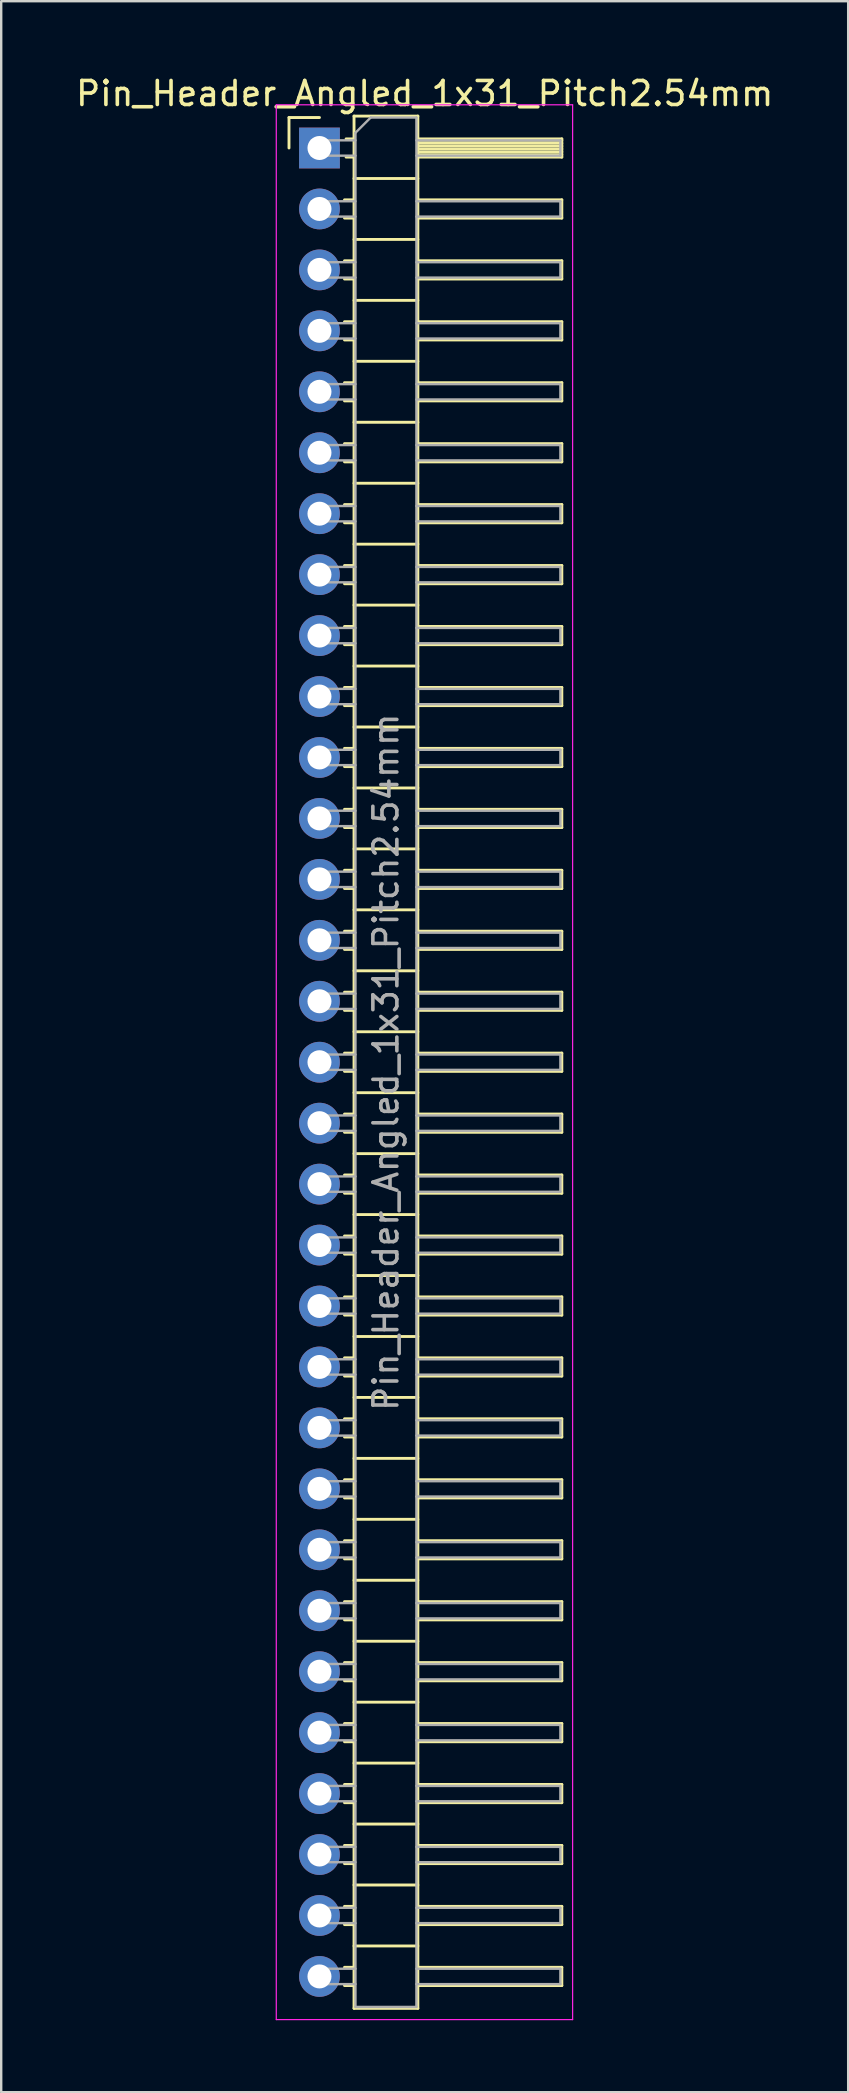
<source format=kicad_pcb>
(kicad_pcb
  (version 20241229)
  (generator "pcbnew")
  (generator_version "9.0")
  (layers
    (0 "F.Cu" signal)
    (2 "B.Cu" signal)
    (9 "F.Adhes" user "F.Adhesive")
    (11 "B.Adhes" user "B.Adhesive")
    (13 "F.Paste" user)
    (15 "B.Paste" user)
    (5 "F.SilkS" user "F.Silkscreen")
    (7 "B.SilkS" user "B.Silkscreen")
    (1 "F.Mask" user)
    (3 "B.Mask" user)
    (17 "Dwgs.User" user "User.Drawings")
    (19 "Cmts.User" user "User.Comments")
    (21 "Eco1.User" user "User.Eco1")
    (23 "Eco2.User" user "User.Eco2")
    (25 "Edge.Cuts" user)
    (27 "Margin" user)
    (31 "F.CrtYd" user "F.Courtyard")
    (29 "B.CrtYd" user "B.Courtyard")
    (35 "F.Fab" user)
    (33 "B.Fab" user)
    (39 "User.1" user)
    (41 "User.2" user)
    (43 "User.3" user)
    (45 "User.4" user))
  (footprint "Pin_Header_Angled_1x31_Pitch2.54mm"
    (layer "F.Cu")
    (at 10.264 3.118)
    (property "Reference" "Pin_Header_Angled_1x31_Pitch2.54mm" (at 4.385 -2.27 0) (layer "F.SilkS") (effects (font (size 1 1) (thickness 0.15))))
    (attr through_hole)
    (fp_line (start -1.27 -1.27) (end 0 -1.27) (stroke (width 0.12) (type solid)) (layer "F.SilkS"))
    (fp_line (start -1.27 0) (end -1.27 -1.27) (stroke (width 0.12) (type solid)) (layer "F.SilkS"))
    (fp_line (start 1.043 2.16) (end 1.44 2.16) (stroke (width 0.12) (type solid)) (layer "F.SilkS"))
    (fp_line (start 1.043 2.92) (end 1.44 2.92) (stroke (width 0.12) (type solid)) (layer "F.SilkS"))
    (fp_line (start 1.043 4.7) (end 1.44 4.7) (stroke (width 0.12) (type solid)) (layer "F.SilkS"))
    (fp_line (start 1.043 5.46) (end 1.44 5.46) (stroke (width 0.12) (type solid)) (layer "F.SilkS"))
    (fp_line (start 1.043 7.24) (end 1.44 7.24) (stroke (width 0.12) (type solid)) (layer "F.SilkS"))
    (fp_line (start 1.043 8) (end 1.44 8) (stroke (width 0.12) (type solid)) (layer "F.SilkS"))
    (fp_line (start 1.043 9.78) (end 1.44 9.78) (stroke (width 0.12) (type solid)) (layer "F.SilkS"))
    (fp_line (start 1.043 10.54) (end 1.44 10.54) (stroke (width 0.12) (type solid)) (layer "F.SilkS"))
    (fp_line (start 1.043 12.32) (end 1.44 12.32) (stroke (width 0.12) (type solid)) (layer "F.SilkS"))
    (fp_line (start 1.043 13.08) (end 1.44 13.08) (stroke (width 0.12) (type solid)) (layer "F.SilkS"))
    (fp_line (start 1.043 14.86) (end 1.44 14.86) (stroke (width 0.12) (type solid)) (layer "F.SilkS"))
    (fp_line (start 1.043 15.62) (end 1.44 15.62) (stroke (width 0.12) (type solid)) (layer "F.SilkS"))
    (fp_line (start 1.043 17.4) (end 1.44 17.4) (stroke (width 0.12) (type solid)) (layer "F.SilkS"))
    (fp_line (start 1.043 18.16) (end 1.44 18.16) (stroke (width 0.12) (type solid)) (layer "F.SilkS"))
    (fp_line (start 1.043 19.94) (end 1.44 19.94) (stroke (width 0.12) (type solid)) (layer "F.SilkS"))
    (fp_line (start 1.043 20.7) (end 1.44 20.7) (stroke (width 0.12) (type solid)) (layer "F.SilkS"))
    (fp_line (start 1.043 22.48) (end 1.44 22.48) (stroke (width 0.12) (type solid)) (layer "F.SilkS"))
    (fp_line (start 1.043 23.24) (end 1.44 23.24) (stroke (width 0.12) (type solid)) (layer "F.SilkS"))
    (fp_line (start 1.043 25.02) (end 1.44 25.02) (stroke (width 0.12) (type solid)) (layer "F.SilkS"))
    (fp_line (start 1.043 25.78) (end 1.44 25.78) (stroke (width 0.12) (type solid)) (layer "F.SilkS"))
    (fp_line (start 1.043 27.56) (end 1.44 27.56) (stroke (width 0.12) (type solid)) (layer "F.SilkS"))
    (fp_line (start 1.043 28.32) (end 1.44 28.32) (stroke (width 0.12) (type solid)) (layer "F.SilkS"))
    (fp_line (start 1.043 30.1) (end 1.44 30.1) (stroke (width 0.12) (type solid)) (layer "F.SilkS"))
    (fp_line (start 1.043 30.86) (end 1.44 30.86) (stroke (width 0.12) (type solid)) (layer "F.SilkS"))
    (fp_line (start 1.043 32.64) (end 1.44 32.64) (stroke (width 0.12) (type solid)) (layer "F.SilkS"))
    (fp_line (start 1.043 33.4) (end 1.44 33.4) (stroke (width 0.12) (type solid)) (layer "F.SilkS"))
    (fp_line (start 1.043 35.18) (end 1.44 35.18) (stroke (width 0.12) (type solid)) (layer "F.SilkS"))
    (fp_line (start 1.043 35.94) (end 1.44 35.94) (stroke (width 0.12) (type solid)) (layer "F.SilkS"))
    (fp_line (start 1.043 37.72) (end 1.44 37.72) (stroke (width 0.12) (type solid)) (layer "F.SilkS"))
    (fp_line (start 1.043 38.48) (end 1.44 38.48) (stroke (width 0.12) (type solid)) (layer "F.SilkS"))
    (fp_line (start 1.043 40.26) (end 1.44 40.26) (stroke (width 0.12) (type solid)) (layer "F.SilkS"))
    (fp_line (start 1.043 41.02) (end 1.44 41.02) (stroke (width 0.12) (type solid)) (layer "F.SilkS"))
    (fp_line (start 1.043 42.8) (end 1.44 42.8) (stroke (width 0.12) (type solid)) (layer "F.SilkS"))
    (fp_line (start 1.043 43.56) (end 1.44 43.56) (stroke (width 0.12) (type solid)) (layer "F.SilkS"))
    (fp_line (start 1.043 45.34) (end 1.44 45.34) (stroke (width 0.12) (type solid)) (layer "F.SilkS"))
    (fp_line (start 1.043 46.1) (end 1.44 46.1) (stroke (width 0.12) (type solid)) (layer "F.SilkS"))
    (fp_line (start 1.043 47.88) (end 1.44 47.88) (stroke (width 0.12) (type solid)) (layer "F.SilkS"))
    (fp_line (start 1.043 48.64) (end 1.44 48.64) (stroke (width 0.12) (type solid)) (layer "F.SilkS"))
    (fp_line (start 1.043 50.42) (end 1.44 50.42) (stroke (width 0.12) (type solid)) (layer "F.SilkS"))
    (fp_line (start 1.043 51.18) (end 1.44 51.18) (stroke (width 0.12) (type solid)) (layer "F.SilkS"))
    (fp_line (start 1.043 52.96) (end 1.44 52.96) (stroke (width 0.12) (type solid)) (layer "F.SilkS"))
    (fp_line (start 1.043 53.72) (end 1.44 53.72) (stroke (width 0.12) (type solid)) (layer "F.SilkS"))
    (fp_line (start 1.043 55.5) (end 1.44 55.5) (stroke (width 0.12) (type solid)) (layer "F.SilkS"))
    (fp_line (start 1.043 56.26) (end 1.44 56.26) (stroke (width 0.12) (type solid)) (layer "F.SilkS"))
    (fp_line (start 1.043 58.04) (end 1.44 58.04) (stroke (width 0.12) (type solid)) (layer "F.SilkS"))
    (fp_line (start 1.043 58.8) (end 1.44 58.8) (stroke (width 0.12) (type solid)) (layer "F.SilkS"))
    (fp_line (start 1.043 60.58) (end 1.44 60.58) (stroke (width 0.12) (type solid)) (layer "F.SilkS"))
    (fp_line (start 1.043 61.34) (end 1.44 61.34) (stroke (width 0.12) (type solid)) (layer "F.SilkS"))
    (fp_line (start 1.043 63.12) (end 1.44 63.12) (stroke (width 0.12) (type solid)) (layer "F.SilkS"))
    (fp_line (start 1.043 63.88) (end 1.44 63.88) (stroke (width 0.12) (type solid)) (layer "F.SilkS"))
    (fp_line (start 1.043 65.66) (end 1.44 65.66) (stroke (width 0.12) (type solid)) (layer "F.SilkS"))
    (fp_line (start 1.043 66.42) (end 1.44 66.42) (stroke (width 0.12) (type solid)) (layer "F.SilkS"))
    (fp_line (start 1.043 68.2) (end 1.44 68.2) (stroke (width 0.12) (type solid)) (layer "F.SilkS"))
    (fp_line (start 1.043 68.96) (end 1.44 68.96) (stroke (width 0.12) (type solid)) (layer "F.SilkS"))
    (fp_line (start 1.043 70.74) (end 1.44 70.74) (stroke (width 0.12) (type solid)) (layer "F.SilkS"))
    (fp_line (start 1.043 71.5) (end 1.44 71.5) (stroke (width 0.12) (type solid)) (layer "F.SilkS"))
    (fp_line (start 1.043 73.28) (end 1.44 73.28) (stroke (width 0.12) (type solid)) (layer "F.SilkS"))
    (fp_line (start 1.043 74.04) (end 1.44 74.04) (stroke (width 0.12) (type solid)) (layer "F.SilkS"))
    (fp_line (start 1.043 75.82) (end 1.44 75.82) (stroke (width 0.12) (type solid)) (layer "F.SilkS"))
    (fp_line (start 1.043 76.58) (end 1.44 76.58) (stroke (width 0.12) (type solid)) (layer "F.SilkS"))
    (fp_line (start 1.11 -0.38) (end 1.44 -0.38) (stroke (width 0.12) (type solid)) (layer "F.SilkS"))
    (fp_line (start 1.11 0.38) (end 1.44 0.38) (stroke (width 0.12) (type solid)) (layer "F.SilkS"))
    (fp_line (start 1.44 -1.33) (end 1.44 77.53) (stroke (width 0.12) (type solid)) (layer "F.SilkS"))
    (fp_line (start 1.44 1.27) (end 4.1 1.27) (stroke (width 0.12) (type solid)) (layer "F.SilkS"))
    (fp_line (start 1.44 3.81) (end 4.1 3.81) (stroke (width 0.12) (type solid)) (layer "F.SilkS"))
    (fp_line (start 1.44 6.35) (end 4.1 6.35) (stroke (width 0.12) (type solid)) (layer "F.SilkS"))
    (fp_line (start 1.44 8.89) (end 4.1 8.89) (stroke (width 0.12) (type solid)) (layer "F.SilkS"))
    (fp_line (start 1.44 11.43) (end 4.1 11.43) (stroke (width 0.12) (type solid)) (layer "F.SilkS"))
    (fp_line (start 1.44 13.97) (end 4.1 13.97) (stroke (width 0.12) (type solid)) (layer "F.SilkS"))
    (fp_line (start 1.44 16.51) (end 4.1 16.51) (stroke (width 0.12) (type solid)) (layer "F.SilkS"))
    (fp_line (start 1.44 19.05) (end 4.1 19.05) (stroke (width 0.12) (type solid)) (layer "F.SilkS"))
    (fp_line (start 1.44 21.59) (end 4.1 21.59) (stroke (width 0.12) (type solid)) (layer "F.SilkS"))
    (fp_line (start 1.44 24.13) (end 4.1 24.13) (stroke (width 0.12) (type solid)) (layer "F.SilkS"))
    (fp_line (start 1.44 26.67) (end 4.1 26.67) (stroke (width 0.12) (type solid)) (layer "F.SilkS"))
    (fp_line (start 1.44 29.21) (end 4.1 29.21) (stroke (width 0.12) (type solid)) (layer "F.SilkS"))
    (fp_line (start 1.44 31.75) (end 4.1 31.75) (stroke (width 0.12) (type solid)) (layer "F.SilkS"))
    (fp_line (start 1.44 34.29) (end 4.1 34.29) (stroke (width 0.12) (type solid)) (layer "F.SilkS"))
    (fp_line (start 1.44 36.83) (end 4.1 36.83) (stroke (width 0.12) (type solid)) (layer "F.SilkS"))
    (fp_line (start 1.44 39.37) (end 4.1 39.37) (stroke (width 0.12) (type solid)) (layer "F.SilkS"))
    (fp_line (start 1.44 41.91) (end 4.1 41.91) (stroke (width 0.12) (type solid)) (layer "F.SilkS"))
    (fp_line (start 1.44 44.45) (end 4.1 44.45) (stroke (width 0.12) (type solid)) (layer "F.SilkS"))
    (fp_line (start 1.44 46.99) (end 4.1 46.99) (stroke (width 0.12) (type solid)) (layer "F.SilkS"))
    (fp_line (start 1.44 49.53) (end 4.1 49.53) (stroke (width 0.12) (type solid)) (layer "F.SilkS"))
    (fp_line (start 1.44 52.07) (end 4.1 52.07) (stroke (width 0.12) (type solid)) (layer "F.SilkS"))
    (fp_line (start 1.44 54.61) (end 4.1 54.61) (stroke (width 0.12) (type solid)) (layer "F.SilkS"))
    (fp_line (start 1.44 57.15) (end 4.1 57.15) (stroke (width 0.12) (type solid)) (layer "F.SilkS"))
    (fp_line (start 1.44 59.69) (end 4.1 59.69) (stroke (width 0.12) (type solid)) (layer "F.SilkS"))
    (fp_line (start 1.44 62.23) (end 4.1 62.23) (stroke (width 0.12) (type solid)) (layer "F.SilkS"))
    (fp_line (start 1.44 64.77) (end 4.1 64.77) (stroke (width 0.12) (type solid)) (layer "F.SilkS"))
    (fp_line (start 1.44 67.31) (end 4.1 67.31) (stroke (width 0.12) (type solid)) (layer "F.SilkS"))
    (fp_line (start 1.44 69.85) (end 4.1 69.85) (stroke (width 0.12) (type solid)) (layer "F.SilkS"))
    (fp_line (start 1.44 72.39) (end 4.1 72.39) (stroke (width 0.12) (type solid)) (layer "F.SilkS"))
    (fp_line (start 1.44 74.93) (end 4.1 74.93) (stroke (width 0.12) (type solid)) (layer "F.SilkS"))
    (fp_line (start 1.44 77.53) (end 4.1 77.53) (stroke (width 0.12) (type solid)) (layer "F.SilkS"))
    (fp_line (start 4.1 -1.33) (end 1.44 -1.33) (stroke (width 0.12) (type solid)) (layer "F.SilkS"))
    (fp_line (start 4.1 -0.38) (end 10.1 -0.38) (stroke (width 0.12) (type solid)) (layer "F.SilkS"))
    (fp_line (start 4.1 -0.32) (end 10.1 -0.32) (stroke (width 0.12) (type solid)) (layer "F.SilkS"))
    (fp_line (start 4.1 -0.2) (end 10.1 -0.2) (stroke (width 0.12) (type solid)) (layer "F.SilkS"))
    (fp_line (start 4.1 -0.08) (end 10.1 -0.08) (stroke (width 0.12) (type solid)) (layer "F.SilkS"))
    (fp_line (start 4.1 0.04) (end 10.1 0.04) (stroke (width 0.12) (type solid)) (layer "F.SilkS"))
    (fp_line (start 4.1 0.16) (end 10.1 0.16) (stroke (width 0.12) (type solid)) (layer "F.SilkS"))
    (fp_line (start 4.1 0.28) (end 10.1 0.28) (stroke (width 0.12) (type solid)) (layer "F.SilkS"))
    (fp_line (start 4.1 2.16) (end 10.1 2.16) (stroke (width 0.12) (type solid)) (layer "F.SilkS"))
    (fp_line (start 4.1 4.7) (end 10.1 4.7) (stroke (width 0.12) (type solid)) (layer "F.SilkS"))
    (fp_line (start 4.1 7.24) (end 10.1 7.24) (stroke (width 0.12) (type solid)) (layer "F.SilkS"))
    (fp_line (start 4.1 9.78) (end 10.1 9.78) (stroke (width 0.12) (type solid)) (layer "F.SilkS"))
    (fp_line (start 4.1 12.32) (end 10.1 12.32) (stroke (width 0.12) (type solid)) (layer "F.SilkS"))
    (fp_line (start 4.1 14.86) (end 10.1 14.86) (stroke (width 0.12) (type solid)) (layer "F.SilkS"))
    (fp_line (start 4.1 17.4) (end 10.1 17.4) (stroke (width 0.12) (type solid)) (layer "F.SilkS"))
    (fp_line (start 4.1 19.94) (end 10.1 19.94) (stroke (width 0.12) (type solid)) (layer "F.SilkS"))
    (fp_line (start 4.1 22.48) (end 10.1 22.48) (stroke (width 0.12) (type solid)) (layer "F.SilkS"))
    (fp_line (start 4.1 25.02) (end 10.1 25.02) (stroke (width 0.12) (type solid)) (layer "F.SilkS"))
    (fp_line (start 4.1 27.56) (end 10.1 27.56) (stroke (width 0.12) (type solid)) (layer "F.SilkS"))
    (fp_line (start 4.1 30.1) (end 10.1 30.1) (stroke (width 0.12) (type solid)) (layer "F.SilkS"))
    (fp_line (start 4.1 32.64) (end 10.1 32.64) (stroke (width 0.12) (type solid)) (layer "F.SilkS"))
    (fp_line (start 4.1 35.18) (end 10.1 35.18) (stroke (width 0.12) (type solid)) (layer "F.SilkS"))
    (fp_line (start 4.1 37.72) (end 10.1 37.72) (stroke (width 0.12) (type solid)) (layer "F.SilkS"))
    (fp_line (start 4.1 40.26) (end 10.1 40.26) (stroke (width 0.12) (type solid)) (layer "F.SilkS"))
    (fp_line (start 4.1 42.8) (end 10.1 42.8) (stroke (width 0.12) (type solid)) (layer "F.SilkS"))
    (fp_line (start 4.1 45.34) (end 10.1 45.34) (stroke (width 0.12) (type solid)) (layer "F.SilkS"))
    (fp_line (start 4.1 47.88) (end 10.1 47.88) (stroke (width 0.12) (type solid)) (layer "F.SilkS"))
    (fp_line (start 4.1 50.42) (end 10.1 50.42) (stroke (width 0.12) (type solid)) (layer "F.SilkS"))
    (fp_line (start 4.1 52.96) (end 10.1 52.96) (stroke (width 0.12) (type solid)) (layer "F.SilkS"))
    (fp_line (start 4.1 55.5) (end 10.1 55.5) (stroke (width 0.12) (type solid)) (layer "F.SilkS"))
    (fp_line (start 4.1 58.04) (end 10.1 58.04) (stroke (width 0.12) (type solid)) (layer "F.SilkS"))
    (fp_line (start 4.1 60.58) (end 10.1 60.58) (stroke (width 0.12) (type solid)) (layer "F.SilkS"))
    (fp_line (start 4.1 63.12) (end 10.1 63.12) (stroke (width 0.12) (type solid)) (layer "F.SilkS"))
    (fp_line (start 4.1 65.66) (end 10.1 65.66) (stroke (width 0.12) (type solid)) (layer "F.SilkS"))
    (fp_line (start 4.1 68.2) (end 10.1 68.2) (stroke (width 0.12) (type solid)) (layer "F.SilkS"))
    (fp_line (start 4.1 70.74) (end 10.1 70.74) (stroke (width 0.12) (type solid)) (layer "F.SilkS"))
    (fp_line (start 4.1 73.28) (end 10.1 73.28) (stroke (width 0.12) (type solid)) (layer "F.SilkS"))
    (fp_line (start 4.1 75.82) (end 10.1 75.82) (stroke (width 0.12) (type solid)) (layer "F.SilkS"))
    (fp_line (start 4.1 77.53) (end 4.1 -1.33) (stroke (width 0.12) (type solid)) (layer "F.SilkS"))
    (fp_line (start 10.1 -0.38) (end 10.1 0.38) (stroke (width 0.12) (type solid)) (layer "F.SilkS"))
    (fp_line (start 10.1 0.38) (end 4.1 0.38) (stroke (width 0.12) (type solid)) (layer "F.SilkS"))
    (fp_line (start 10.1 2.16) (end 10.1 2.92) (stroke (width 0.12) (type solid)) (layer "F.SilkS"))
    (fp_line (start 10.1 2.92) (end 4.1 2.92) (stroke (width 0.12) (type solid)) (layer "F.SilkS"))
    (fp_line (start 10.1 4.7) (end 10.1 5.46) (stroke (width 0.12) (type solid)) (layer "F.SilkS"))
    (fp_line (start 10.1 5.46) (end 4.1 5.46) (stroke (width 0.12) (type solid)) (layer "F.SilkS"))
    (fp_line (start 10.1 7.24) (end 10.1 8) (stroke (width 0.12) (type solid)) (layer "F.SilkS"))
    (fp_line (start 10.1 8) (end 4.1 8) (stroke (width 0.12) (type solid)) (layer "F.SilkS"))
    (fp_line (start 10.1 9.78) (end 10.1 10.54) (stroke (width 0.12) (type solid)) (layer "F.SilkS"))
    (fp_line (start 10.1 10.54) (end 4.1 10.54) (stroke (width 0.12) (type solid)) (layer "F.SilkS"))
    (fp_line (start 10.1 12.32) (end 10.1 13.08) (stroke (width 0.12) (type solid)) (layer "F.SilkS"))
    (fp_line (start 10.1 13.08) (end 4.1 13.08) (stroke (width 0.12) (type solid)) (layer "F.SilkS"))
    (fp_line (start 10.1 14.86) (end 10.1 15.62) (stroke (width 0.12) (type solid)) (layer "F.SilkS"))
    (fp_line (start 10.1 15.62) (end 4.1 15.62) (stroke (width 0.12) (type solid)) (layer "F.SilkS"))
    (fp_line (start 10.1 17.4) (end 10.1 18.16) (stroke (width 0.12) (type solid)) (layer "F.SilkS"))
    (fp_line (start 10.1 18.16) (end 4.1 18.16) (stroke (width 0.12) (type solid)) (layer "F.SilkS"))
    (fp_line (start 10.1 19.94) (end 10.1 20.7) (stroke (width 0.12) (type solid)) (layer "F.SilkS"))
    (fp_line (start 10.1 20.7) (end 4.1 20.7) (stroke (width 0.12) (type solid)) (layer "F.SilkS"))
    (fp_line (start 10.1 22.48) (end 10.1 23.24) (stroke (width 0.12) (type solid)) (layer "F.SilkS"))
    (fp_line (start 10.1 23.24) (end 4.1 23.24) (stroke (width 0.12) (type solid)) (layer "F.SilkS"))
    (fp_line (start 10.1 25.02) (end 10.1 25.78) (stroke (width 0.12) (type solid)) (layer "F.SilkS"))
    (fp_line (start 10.1 25.78) (end 4.1 25.78) (stroke (width 0.12) (type solid)) (layer "F.SilkS"))
    (fp_line (start 10.1 27.56) (end 10.1 28.32) (stroke (width 0.12) (type solid)) (layer "F.SilkS"))
    (fp_line (start 10.1 28.32) (end 4.1 28.32) (stroke (width 0.12) (type solid)) (layer "F.SilkS"))
    (fp_line (start 10.1 30.1) (end 10.1 30.86) (stroke (width 0.12) (type solid)) (layer "F.SilkS"))
    (fp_line (start 10.1 30.86) (end 4.1 30.86) (stroke (width 0.12) (type solid)) (layer "F.SilkS"))
    (fp_line (start 10.1 32.64) (end 10.1 33.4) (stroke (width 0.12) (type solid)) (layer "F.SilkS"))
    (fp_line (start 10.1 33.4) (end 4.1 33.4) (stroke (width 0.12) (type solid)) (layer "F.SilkS"))
    (fp_line (start 10.1 35.18) (end 10.1 35.94) (stroke (width 0.12) (type solid)) (layer "F.SilkS"))
    (fp_line (start 10.1 35.94) (end 4.1 35.94) (stroke (width 0.12) (type solid)) (layer "F.SilkS"))
    (fp_line (start 10.1 37.72) (end 10.1 38.48) (stroke (width 0.12) (type solid)) (layer "F.SilkS"))
    (fp_line (start 10.1 38.48) (end 4.1 38.48) (stroke (width 0.12) (type solid)) (layer "F.SilkS"))
    (fp_line (start 10.1 40.26) (end 10.1 41.02) (stroke (width 0.12) (type solid)) (layer "F.SilkS"))
    (fp_line (start 10.1 41.02) (end 4.1 41.02) (stroke (width 0.12) (type solid)) (layer "F.SilkS"))
    (fp_line (start 10.1 42.8) (end 10.1 43.56) (stroke (width 0.12) (type solid)) (layer "F.SilkS"))
    (fp_line (start 10.1 43.56) (end 4.1 43.56) (stroke (width 0.12) (type solid)) (layer "F.SilkS"))
    (fp_line (start 10.1 45.34) (end 10.1 46.1) (stroke (width 0.12) (type solid)) (layer "F.SilkS"))
    (fp_line (start 10.1 46.1) (end 4.1 46.1) (stroke (width 0.12) (type solid)) (layer "F.SilkS"))
    (fp_line (start 10.1 47.88) (end 10.1 48.64) (stroke (width 0.12) (type solid)) (layer "F.SilkS"))
    (fp_line (start 10.1 48.64) (end 4.1 48.64) (stroke (width 0.12) (type solid)) (layer "F.SilkS"))
    (fp_line (start 10.1 50.42) (end 10.1 51.18) (stroke (width 0.12) (type solid)) (layer "F.SilkS"))
    (fp_line (start 10.1 51.18) (end 4.1 51.18) (stroke (width 0.12) (type solid)) (layer "F.SilkS"))
    (fp_line (start 10.1 52.96) (end 10.1 53.72) (stroke (width 0.12) (type solid)) (layer "F.SilkS"))
    (fp_line (start 10.1 53.72) (end 4.1 53.72) (stroke (width 0.12) (type solid)) (layer "F.SilkS"))
    (fp_line (start 10.1 55.5) (end 10.1 56.26) (stroke (width 0.12) (type solid)) (layer "F.SilkS"))
    (fp_line (start 10.1 56.26) (end 4.1 56.26) (stroke (width 0.12) (type solid)) (layer "F.SilkS"))
    (fp_line (start 10.1 58.04) (end 10.1 58.8) (stroke (width 0.12) (type solid)) (layer "F.SilkS"))
    (fp_line (start 10.1 58.8) (end 4.1 58.8) (stroke (width 0.12) (type solid)) (layer "F.SilkS"))
    (fp_line (start 10.1 60.58) (end 10.1 61.34) (stroke (width 0.12) (type solid)) (layer "F.SilkS"))
    (fp_line (start 10.1 61.34) (end 4.1 61.34) (stroke (width 0.12) (type solid)) (layer "F.SilkS"))
    (fp_line (start 10.1 63.12) (end 10.1 63.88) (stroke (width 0.12) (type solid)) (layer "F.SilkS"))
    (fp_line (start 10.1 63.88) (end 4.1 63.88) (stroke (width 0.12) (type solid)) (layer "F.SilkS"))
    (fp_line (start 10.1 65.66) (end 10.1 66.42) (stroke (width 0.12) (type solid)) (layer "F.SilkS"))
    (fp_line (start 10.1 66.42) (end 4.1 66.42) (stroke (width 0.12) (type solid)) (layer "F.SilkS"))
    (fp_line (start 10.1 68.2) (end 10.1 68.96) (stroke (width 0.12) (type solid)) (layer "F.SilkS"))
    (fp_line (start 10.1 68.96) (end 4.1 68.96) (stroke (width 0.12) (type solid)) (layer "F.SilkS"))
    (fp_line (start 10.1 70.74) (end 10.1 71.5) (stroke (width 0.12) (type solid)) (layer "F.SilkS"))
    (fp_line (start 10.1 71.5) (end 4.1 71.5) (stroke (width 0.12) (type solid)) (layer "F.SilkS"))
    (fp_line (start 10.1 73.28) (end 10.1 74.04) (stroke (width 0.12) (type solid)) (layer "F.SilkS"))
    (fp_line (start 10.1 74.04) (end 4.1 74.04) (stroke (width 0.12) (type solid)) (layer "F.SilkS"))
    (fp_line (start 10.1 75.82) (end 10.1 76.58) (stroke (width 0.12) (type solid)) (layer "F.SilkS"))
    (fp_line (start 10.1 76.58) (end 4.1 76.58) (stroke (width 0.12) (type solid)) (layer "F.SilkS"))
    (fp_line (start -1.8 -1.8) (end -1.8 78) (stroke (width 0.05) (type solid)) (layer "F.CrtYd"))
    (fp_line (start -1.8 78) (end 10.55 78) (stroke (width 0.05) (type solid)) (layer "F.CrtYd"))
    (fp_line (start 10.55 -1.8) (end -1.8 -1.8) (stroke (width 0.05) (type solid)) (layer "F.CrtYd"))
    (fp_line (start 10.55 78) (end 10.55 -1.8) (stroke (width 0.05) (type solid)) (layer "F.CrtYd"))
    (fp_line (start -0.32 -0.32) (end -0.32 0.32) (stroke (width 0.1) (type solid)) (layer "F.Fab"))
    (fp_line (start -0.32 -0.32) (end 1.5 -0.32) (stroke (width 0.1) (type solid)) (layer "F.Fab"))
    (fp_line (start -0.32 0.32) (end 1.5 0.32) (stroke (width 0.1) (type solid)) (layer "F.Fab"))
    (fp_line (start -0.32 2.22) (end -0.32 2.86) (stroke (width 0.1) (type solid)) (layer "F.Fab"))
    (fp_line (start -0.32 2.22) (end 1.5 2.22) (stroke (width 0.1) (type solid)) (layer "F.Fab"))
    (fp_line (start -0.32 2.86) (end 1.5 2.86) (stroke (width 0.1) (type solid)) (layer "F.Fab"))
    (fp_line (start -0.32 4.76) (end -0.32 5.4) (stroke (width 0.1) (type solid)) (layer "F.Fab"))
    (fp_line (start -0.32 4.76) (end 1.5 4.76) (stroke (width 0.1) (type solid)) (layer "F.Fab"))
    (fp_line (start -0.32 5.4) (end 1.5 5.4) (stroke (width 0.1) (type solid)) (layer "F.Fab"))
    (fp_line (start -0.32 7.3) (end -0.32 7.94) (stroke (width 0.1) (type solid)) (layer "F.Fab"))
    (fp_line (start -0.32 7.3) (end 1.5 7.3) (stroke (width 0.1) (type solid)) (layer "F.Fab"))
    (fp_line (start -0.32 7.94) (end 1.5 7.94) (stroke (width 0.1) (type solid)) (layer "F.Fab"))
    (fp_line (start -0.32 9.84) (end -0.32 10.48) (stroke (width 0.1) (type solid)) (layer "F.Fab"))
    (fp_line (start -0.32 9.84) (end 1.5 9.84) (stroke (width 0.1) (type solid)) (layer "F.Fab"))
    (fp_line (start -0.32 10.48) (end 1.5 10.48) (stroke (width 0.1) (type solid)) (layer "F.Fab"))
    (fp_line (start -0.32 12.38) (end -0.32 13.02) (stroke (width 0.1) (type solid)) (layer "F.Fab"))
    (fp_line (start -0.32 12.38) (end 1.5 12.38) (stroke (width 0.1) (type solid)) (layer "F.Fab"))
    (fp_line (start -0.32 13.02) (end 1.5 13.02) (stroke (width 0.1) (type solid)) (layer "F.Fab"))
    (fp_line (start -0.32 14.92) (end -0.32 15.56) (stroke (width 0.1) (type solid)) (layer "F.Fab"))
    (fp_line (start -0.32 14.92) (end 1.5 14.92) (stroke (width 0.1) (type solid)) (layer "F.Fab"))
    (fp_line (start -0.32 15.56) (end 1.5 15.56) (stroke (width 0.1) (type solid)) (layer "F.Fab"))
    (fp_line (start -0.32 17.46) (end -0.32 18.1) (stroke (width 0.1) (type solid)) (layer "F.Fab"))
    (fp_line (start -0.32 17.46) (end 1.5 17.46) (stroke (width 0.1) (type solid)) (layer "F.Fab"))
    (fp_line (start -0.32 18.1) (end 1.5 18.1) (stroke (width 0.1) (type solid)) (layer "F.Fab"))
    (fp_line (start -0.32 20) (end -0.32 20.64) (stroke (width 0.1) (type solid)) (layer "F.Fab"))
    (fp_line (start -0.32 20) (end 1.5 20) (stroke (width 0.1) (type solid)) (layer "F.Fab"))
    (fp_line (start -0.32 20.64) (end 1.5 20.64) (stroke (width 0.1) (type solid)) (layer "F.Fab"))
    (fp_line (start -0.32 22.54) (end -0.32 23.18) (stroke (width 0.1) (type solid)) (layer "F.Fab"))
    (fp_line (start -0.32 22.54) (end 1.5 22.54) (stroke (width 0.1) (type solid)) (layer "F.Fab"))
    (fp_line (start -0.32 23.18) (end 1.5 23.18) (stroke (width 0.1) (type solid)) (layer "F.Fab"))
    (fp_line (start -0.32 25.08) (end -0.32 25.72) (stroke (width 0.1) (type solid)) (layer "F.Fab"))
    (fp_line (start -0.32 25.08) (end 1.5 25.08) (stroke (width 0.1) (type solid)) (layer "F.Fab"))
    (fp_line (start -0.32 25.72) (end 1.5 25.72) (stroke (width 0.1) (type solid)) (layer "F.Fab"))
    (fp_line (start -0.32 27.62) (end -0.32 28.26) (stroke (width 0.1) (type solid)) (layer "F.Fab"))
    (fp_line (start -0.32 27.62) (end 1.5 27.62) (stroke (width 0.1) (type solid)) (layer "F.Fab"))
    (fp_line (start -0.32 28.26) (end 1.5 28.26) (stroke (width 0.1) (type solid)) (layer "F.Fab"))
    (fp_line (start -0.32 30.16) (end -0.32 30.8) (stroke (width 0.1) (type solid)) (layer "F.Fab"))
    (fp_line (start -0.32 30.16) (end 1.5 30.16) (stroke (width 0.1) (type solid)) (layer "F.Fab"))
    (fp_line (start -0.32 30.8) (end 1.5 30.8) (stroke (width 0.1) (type solid)) (layer "F.Fab"))
    (fp_line (start -0.32 32.7) (end -0.32 33.34) (stroke (width 0.1) (type solid)) (layer "F.Fab"))
    (fp_line (start -0.32 32.7) (end 1.5 32.7) (stroke (width 0.1) (type solid)) (layer "F.Fab"))
    (fp_line (start -0.32 33.34) (end 1.5 33.34) (stroke (width 0.1) (type solid)) (layer "F.Fab"))
    (fp_line (start -0.32 35.24) (end -0.32 35.88) (stroke (width 0.1) (type solid)) (layer "F.Fab"))
    (fp_line (start -0.32 35.24) (end 1.5 35.24) (stroke (width 0.1) (type solid)) (layer "F.Fab"))
    (fp_line (start -0.32 35.88) (end 1.5 35.88) (stroke (width 0.1) (type solid)) (layer "F.Fab"))
    (fp_line (start -0.32 37.78) (end -0.32 38.42) (stroke (width 0.1) (type solid)) (layer "F.Fab"))
    (fp_line (start -0.32 37.78) (end 1.5 37.78) (stroke (width 0.1) (type solid)) (layer "F.Fab"))
    (fp_line (start -0.32 38.42) (end 1.5 38.42) (stroke (width 0.1) (type solid)) (layer "F.Fab"))
    (fp_line (start -0.32 40.32) (end -0.32 40.96) (stroke (width 0.1) (type solid)) (layer "F.Fab"))
    (fp_line (start -0.32 40.32) (end 1.5 40.32) (stroke (width 0.1) (type solid)) (layer "F.Fab"))
    (fp_line (start -0.32 40.96) (end 1.5 40.96) (stroke (width 0.1) (type solid)) (layer "F.Fab"))
    (fp_line (start -0.32 42.86) (end -0.32 43.5) (stroke (width 0.1) (type solid)) (layer "F.Fab"))
    (fp_line (start -0.32 42.86) (end 1.5 42.86) (stroke (width 0.1) (type solid)) (layer "F.Fab"))
    (fp_line (start -0.32 43.5) (end 1.5 43.5) (stroke (width 0.1) (type solid)) (layer "F.Fab"))
    (fp_line (start -0.32 45.4) (end -0.32 46.04) (stroke (width 0.1) (type solid)) (layer "F.Fab"))
    (fp_line (start -0.32 45.4) (end 1.5 45.4) (stroke (width 0.1) (type solid)) (layer "F.Fab"))
    (fp_line (start -0.32 46.04) (end 1.5 46.04) (stroke (width 0.1) (type solid)) (layer "F.Fab"))
    (fp_line (start -0.32 47.94) (end -0.32 48.58) (stroke (width 0.1) (type solid)) (layer "F.Fab"))
    (fp_line (start -0.32 47.94) (end 1.5 47.94) (stroke (width 0.1) (type solid)) (layer "F.Fab"))
    (fp_line (start -0.32 48.58) (end 1.5 48.58) (stroke (width 0.1) (type solid)) (layer "F.Fab"))
    (fp_line (start -0.32 50.48) (end -0.32 51.12) (stroke (width 0.1) (type solid)) (layer "F.Fab"))
    (fp_line (start -0.32 50.48) (end 1.5 50.48) (stroke (width 0.1) (type solid)) (layer "F.Fab"))
    (fp_line (start -0.32 51.12) (end 1.5 51.12) (stroke (width 0.1) (type solid)) (layer "F.Fab"))
    (fp_line (start -0.32 53.02) (end -0.32 53.66) (stroke (width 0.1) (type solid)) (layer "F.Fab"))
    (fp_line (start -0.32 53.02) (end 1.5 53.02) (stroke (width 0.1) (type solid)) (layer "F.Fab"))
    (fp_line (start -0.32 53.66) (end 1.5 53.66) (stroke (width 0.1) (type solid)) (layer "F.Fab"))
    (fp_line (start -0.32 55.56) (end -0.32 56.2) (stroke (width 0.1) (type solid)) (layer "F.Fab"))
    (fp_line (start -0.32 55.56) (end 1.5 55.56) (stroke (width 0.1) (type solid)) (layer "F.Fab"))
    (fp_line (start -0.32 56.2) (end 1.5 56.2) (stroke (width 0.1) (type solid)) (layer "F.Fab"))
    (fp_line (start -0.32 58.1) (end -0.32 58.74) (stroke (width 0.1) (type solid)) (layer "F.Fab"))
    (fp_line (start -0.32 58.1) (end 1.5 58.1) (stroke (width 0.1) (type solid)) (layer "F.Fab"))
    (fp_line (start -0.32 58.74) (end 1.5 58.74) (stroke (width 0.1) (type solid)) (layer "F.Fab"))
    (fp_line (start -0.32 60.64) (end -0.32 61.28) (stroke (width 0.1) (type solid)) (layer "F.Fab"))
    (fp_line (start -0.32 60.64) (end 1.5 60.64) (stroke (width 0.1) (type solid)) (layer "F.Fab"))
    (fp_line (start -0.32 61.28) (end 1.5 61.28) (stroke (width 0.1) (type solid)) (layer "F.Fab"))
    (fp_line (start -0.32 63.18) (end -0.32 63.82) (stroke (width 0.1) (type solid)) (layer "F.Fab"))
    (fp_line (start -0.32 63.18) (end 1.5 63.18) (stroke (width 0.1) (type solid)) (layer "F.Fab"))
    (fp_line (start -0.32 63.82) (end 1.5 63.82) (stroke (width 0.1) (type solid)) (layer "F.Fab"))
    (fp_line (start -0.32 65.72) (end -0.32 66.36) (stroke (width 0.1) (type solid)) (layer "F.Fab"))
    (fp_line (start -0.32 65.72) (end 1.5 65.72) (stroke (width 0.1) (type solid)) (layer "F.Fab"))
    (fp_line (start -0.32 66.36) (end 1.5 66.36) (stroke (width 0.1) (type solid)) (layer "F.Fab"))
    (fp_line (start -0.32 68.26) (end -0.32 68.9) (stroke (width 0.1) (type solid)) (layer "F.Fab"))
    (fp_line (start -0.32 68.26) (end 1.5 68.26) (stroke (width 0.1) (type solid)) (layer "F.Fab"))
    (fp_line (start -0.32 68.9) (end 1.5 68.9) (stroke (width 0.1) (type solid)) (layer "F.Fab"))
    (fp_line (start -0.32 70.8) (end -0.32 71.44) (stroke (width 0.1) (type solid)) (layer "F.Fab"))
    (fp_line (start -0.32 70.8) (end 1.5 70.8) (stroke (width 0.1) (type solid)) (layer "F.Fab"))
    (fp_line (start -0.32 71.44) (end 1.5 71.44) (stroke (width 0.1) (type solid)) (layer "F.Fab"))
    (fp_line (start -0.32 73.34) (end -0.32 73.98) (stroke (width 0.1) (type solid)) (layer "F.Fab"))
    (fp_line (start -0.32 73.34) (end 1.5 73.34) (stroke (width 0.1) (type solid)) (layer "F.Fab"))
    (fp_line (start -0.32 73.98) (end 1.5 73.98) (stroke (width 0.1) (type solid)) (layer "F.Fab"))
    (fp_line (start -0.32 75.88) (end -0.32 76.52) (stroke (width 0.1) (type solid)) (layer "F.Fab"))
    (fp_line (start -0.32 75.88) (end 1.5 75.88) (stroke (width 0.1) (type solid)) (layer "F.Fab"))
    (fp_line (start -0.32 76.52) (end 1.5 76.52) (stroke (width 0.1) (type solid)) (layer "F.Fab"))
    (fp_line (start 1.5 -0.635) (end 2.135 -1.27) (stroke (width 0.1) (type solid)) (layer "F.Fab"))
    (fp_line (start 1.5 77.47) (end 1.5 -0.635) (stroke (width 0.1) (type solid)) (layer "F.Fab"))
    (fp_line (start 2.135 -1.27) (end 4.04 -1.27) (stroke (width 0.1) (type solid)) (layer "F.Fab"))
    (fp_line (start 4.04 -1.27) (end 4.04 77.47) (stroke (width 0.1) (type solid)) (layer "F.Fab"))
    (fp_line (start 4.04 -0.32) (end 10.04 -0.32) (stroke (width 0.1) (type solid)) (layer "F.Fab"))
    (fp_line (start 4.04 0.32) (end 10.04 0.32) (stroke (width 0.1) (type solid)) (layer "F.Fab"))
    (fp_line (start 4.04 2.22) (end 10.04 2.22) (stroke (width 0.1) (type solid)) (layer "F.Fab"))
    (fp_line (start 4.04 2.86) (end 10.04 2.86) (stroke (width 0.1) (type solid)) (layer "F.Fab"))
    (fp_line (start 4.04 4.76) (end 10.04 4.76) (stroke (width 0.1) (type solid)) (layer "F.Fab"))
    (fp_line (start 4.04 5.4) (end 10.04 5.4) (stroke (width 0.1) (type solid)) (layer "F.Fab"))
    (fp_line (start 4.04 7.3) (end 10.04 7.3) (stroke (width 0.1) (type solid)) (layer "F.Fab"))
    (fp_line (start 4.04 7.94) (end 10.04 7.94) (stroke (width 0.1) (type solid)) (layer "F.Fab"))
    (fp_line (start 4.04 9.84) (end 10.04 9.84) (stroke (width 0.1) (type solid)) (layer "F.Fab"))
    (fp_line (start 4.04 10.48) (end 10.04 10.48) (stroke (width 0.1) (type solid)) (layer "F.Fab"))
    (fp_line (start 4.04 12.38) (end 10.04 12.38) (stroke (width 0.1) (type solid)) (layer "F.Fab"))
    (fp_line (start 4.04 13.02) (end 10.04 13.02) (stroke (width 0.1) (type solid)) (layer "F.Fab"))
    (fp_line (start 4.04 14.92) (end 10.04 14.92) (stroke (width 0.1) (type solid)) (layer "F.Fab"))
    (fp_line (start 4.04 15.56) (end 10.04 15.56) (stroke (width 0.1) (type solid)) (layer "F.Fab"))
    (fp_line (start 4.04 17.46) (end 10.04 17.46) (stroke (width 0.1) (type solid)) (layer "F.Fab"))
    (fp_line (start 4.04 18.1) (end 10.04 18.1) (stroke (width 0.1) (type solid)) (layer "F.Fab"))
    (fp_line (start 4.04 20) (end 10.04 20) (stroke (width 0.1) (type solid)) (layer "F.Fab"))
    (fp_line (start 4.04 20.64) (end 10.04 20.64) (stroke (width 0.1) (type solid)) (layer "F.Fab"))
    (fp_line (start 4.04 22.54) (end 10.04 22.54) (stroke (width 0.1) (type solid)) (layer "F.Fab"))
    (fp_line (start 4.04 23.18) (end 10.04 23.18) (stroke (width 0.1) (type solid)) (layer "F.Fab"))
    (fp_line (start 4.04 25.08) (end 10.04 25.08) (stroke (width 0.1) (type solid)) (layer "F.Fab"))
    (fp_line (start 4.04 25.72) (end 10.04 25.72) (stroke (width 0.1) (type solid)) (layer "F.Fab"))
    (fp_line (start 4.04 27.62) (end 10.04 27.62) (stroke (width 0.1) (type solid)) (layer "F.Fab"))
    (fp_line (start 4.04 28.26) (end 10.04 28.26) (stroke (width 0.1) (type solid)) (layer "F.Fab"))
    (fp_line (start 4.04 30.16) (end 10.04 30.16) (stroke (width 0.1) (type solid)) (layer "F.Fab"))
    (fp_line (start 4.04 30.8) (end 10.04 30.8) (stroke (width 0.1) (type solid)) (layer "F.Fab"))
    (fp_line (start 4.04 32.7) (end 10.04 32.7) (stroke (width 0.1) (type solid)) (layer "F.Fab"))
    (fp_line (start 4.04 33.34) (end 10.04 33.34) (stroke (width 0.1) (type solid)) (layer "F.Fab"))
    (fp_line (start 4.04 35.24) (end 10.04 35.24) (stroke (width 0.1) (type solid)) (layer "F.Fab"))
    (fp_line (start 4.04 35.88) (end 10.04 35.88) (stroke (width 0.1) (type solid)) (layer "F.Fab"))
    (fp_line (start 4.04 37.78) (end 10.04 37.78) (stroke (width 0.1) (type solid)) (layer "F.Fab"))
    (fp_line (start 4.04 38.42) (end 10.04 38.42) (stroke (width 0.1) (type solid)) (layer "F.Fab"))
    (fp_line (start 4.04 40.32) (end 10.04 40.32) (stroke (width 0.1) (type solid)) (layer "F.Fab"))
    (fp_line (start 4.04 40.96) (end 10.04 40.96) (stroke (width 0.1) (type solid)) (layer "F.Fab"))
    (fp_line (start 4.04 42.86) (end 10.04 42.86) (stroke (width 0.1) (type solid)) (layer "F.Fab"))
    (fp_line (start 4.04 43.5) (end 10.04 43.5) (stroke (width 0.1) (type solid)) (layer "F.Fab"))
    (fp_line (start 4.04 45.4) (end 10.04 45.4) (stroke (width 0.1) (type solid)) (layer "F.Fab"))
    (fp_line (start 4.04 46.04) (end 10.04 46.04) (stroke (width 0.1) (type solid)) (layer "F.Fab"))
    (fp_line (start 4.04 47.94) (end 10.04 47.94) (stroke (width 0.1) (type solid)) (layer "F.Fab"))
    (fp_line (start 4.04 48.58) (end 10.04 48.58) (stroke (width 0.1) (type solid)) (layer "F.Fab"))
    (fp_line (start 4.04 50.48) (end 10.04 50.48) (stroke (width 0.1) (type solid)) (layer "F.Fab"))
    (fp_line (start 4.04 51.12) (end 10.04 51.12) (stroke (width 0.1) (type solid)) (layer "F.Fab"))
    (fp_line (start 4.04 53.02) (end 10.04 53.02) (stroke (width 0.1) (type solid)) (layer "F.Fab"))
    (fp_line (start 4.04 53.66) (end 10.04 53.66) (stroke (width 0.1) (type solid)) (layer "F.Fab"))
    (fp_line (start 4.04 55.56) (end 10.04 55.56) (stroke (width 0.1) (type solid)) (layer "F.Fab"))
    (fp_line (start 4.04 56.2) (end 10.04 56.2) (stroke (width 0.1) (type solid)) (layer "F.Fab"))
    (fp_line (start 4.04 58.1) (end 10.04 58.1) (stroke (width 0.1) (type solid)) (layer "F.Fab"))
    (fp_line (start 4.04 58.74) (end 10.04 58.74) (stroke (width 0.1) (type solid)) (layer "F.Fab"))
    (fp_line (start 4.04 60.64) (end 10.04 60.64) (stroke (width 0.1) (type solid)) (layer "F.Fab"))
    (fp_line (start 4.04 61.28) (end 10.04 61.28) (stroke (width 0.1) (type solid)) (layer "F.Fab"))
    (fp_line (start 4.04 63.18) (end 10.04 63.18) (stroke (width 0.1) (type solid)) (layer "F.Fab"))
    (fp_line (start 4.04 63.82) (end 10.04 63.82) (stroke (width 0.1) (type solid)) (layer "F.Fab"))
    (fp_line (start 4.04 65.72) (end 10.04 65.72) (stroke (width 0.1) (type solid)) (layer "F.Fab"))
    (fp_line (start 4.04 66.36) (end 10.04 66.36) (stroke (width 0.1) (type solid)) (layer "F.Fab"))
    (fp_line (start 4.04 68.26) (end 10.04 68.26) (stroke (width 0.1) (type solid)) (layer "F.Fab"))
    (fp_line (start 4.04 68.9) (end 10.04 68.9) (stroke (width 0.1) (type solid)) (layer "F.Fab"))
    (fp_line (start 4.04 70.8) (end 10.04 70.8) (stroke (width 0.1) (type solid)) (layer "F.Fab"))
    (fp_line (start 4.04 71.44) (end 10.04 71.44) (stroke (width 0.1) (type solid)) (layer "F.Fab"))
    (fp_line (start 4.04 73.34) (end 10.04 73.34) (stroke (width 0.1) (type solid)) (layer "F.Fab"))
    (fp_line (start 4.04 73.98) (end 10.04 73.98) (stroke (width 0.1) (type solid)) (layer "F.Fab"))
    (fp_line (start 4.04 75.88) (end 10.04 75.88) (stroke (width 0.1) (type solid)) (layer "F.Fab"))
    (fp_line (start 4.04 76.52) (end 10.04 76.52) (stroke (width 0.1) (type solid)) (layer "F.Fab"))
    (fp_line (start 4.04 77.47) (end 1.5 77.47) (stroke (width 0.1) (type solid)) (layer "F.Fab"))
    (fp_line (start 10.04 -0.32) (end 10.04 0.32) (stroke (width 0.1) (type solid)) (layer "F.Fab"))
    (fp_line (start 10.04 2.22) (end 10.04 2.86) (stroke (width 0.1) (type solid)) (layer "F.Fab"))
    (fp_line (start 10.04 4.76) (end 10.04 5.4) (stroke (width 0.1) (type solid)) (layer "F.Fab"))
    (fp_line (start 10.04 7.3) (end 10.04 7.94) (stroke (width 0.1) (type solid)) (layer "F.Fab"))
    (fp_line (start 10.04 9.84) (end 10.04 10.48) (stroke (width 0.1) (type solid)) (layer "F.Fab"))
    (fp_line (start 10.04 12.38) (end 10.04 13.02) (stroke (width 0.1) (type solid)) (layer "F.Fab"))
    (fp_line (start 10.04 14.92) (end 10.04 15.56) (stroke (width 0.1) (type solid)) (layer "F.Fab"))
    (fp_line (start 10.04 17.46) (end 10.04 18.1) (stroke (width 0.1) (type solid)) (layer "F.Fab"))
    (fp_line (start 10.04 20) (end 10.04 20.64) (stroke (width 0.1) (type solid)) (layer "F.Fab"))
    (fp_line (start 10.04 22.54) (end 10.04 23.18) (stroke (width 0.1) (type solid)) (layer "F.Fab"))
    (fp_line (start 10.04 25.08) (end 10.04 25.72) (stroke (width 0.1) (type solid)) (layer "F.Fab"))
    (fp_line (start 10.04 27.62) (end 10.04 28.26) (stroke (width 0.1) (type solid)) (layer "F.Fab"))
    (fp_line (start 10.04 30.16) (end 10.04 30.8) (stroke (width 0.1) (type solid)) (layer "F.Fab"))
    (fp_line (start 10.04 32.7) (end 10.04 33.34) (stroke (width 0.1) (type solid)) (layer "F.Fab"))
    (fp_line (start 10.04 35.24) (end 10.04 35.88) (stroke (width 0.1) (type solid)) (layer "F.Fab"))
    (fp_line (start 10.04 37.78) (end 10.04 38.42) (stroke (width 0.1) (type solid)) (layer "F.Fab"))
    (fp_line (start 10.04 40.32) (end 10.04 40.96) (stroke (width 0.1) (type solid)) (layer "F.Fab"))
    (fp_line (start 10.04 42.86) (end 10.04 43.5) (stroke (width 0.1) (type solid)) (layer "F.Fab"))
    (fp_line (start 10.04 45.4) (end 10.04 46.04) (stroke (width 0.1) (type solid)) (layer "F.Fab"))
    (fp_line (start 10.04 47.94) (end 10.04 48.58) (stroke (width 0.1) (type solid)) (layer "F.Fab"))
    (fp_line (start 10.04 50.48) (end 10.04 51.12) (stroke (width 0.1) (type solid)) (layer "F.Fab"))
    (fp_line (start 10.04 53.02) (end 10.04 53.66) (stroke (width 0.1) (type solid)) (layer "F.Fab"))
    (fp_line (start 10.04 55.56) (end 10.04 56.2) (stroke (width 0.1) (type solid)) (layer "F.Fab"))
    (fp_line (start 10.04 58.1) (end 10.04 58.74) (stroke (width 0.1) (type solid)) (layer "F.Fab"))
    (fp_line (start 10.04 60.64) (end 10.04 61.28) (stroke (width 0.1) (type solid)) (layer "F.Fab"))
    (fp_line (start 10.04 63.18) (end 10.04 63.82) (stroke (width 0.1) (type solid)) (layer "F.Fab"))
    (fp_line (start 10.04 65.72) (end 10.04 66.36) (stroke (width 0.1) (type solid)) (layer "F.Fab"))
    (fp_line (start 10.04 68.26) (end 10.04 68.9) (stroke (width 0.1) (type solid)) (layer "F.Fab"))
    (fp_line (start 10.04 70.8) (end 10.04 71.44) (stroke (width 0.1) (type solid)) (layer "F.Fab"))
    (fp_line (start 10.04 73.34) (end 10.04 73.98) (stroke (width 0.1) (type solid)) (layer "F.Fab"))
    (fp_line (start 10.04 75.88) (end 10.04 76.52) (stroke (width 0.1) (type solid)) (layer "F.Fab"))
    (fp_text user "${REFERENCE}" (at 2.77 38.1 90) (layer "F.Fab") (effects (font (size 1 1) (thickness 0.15))))
    (pad "1" thru_hole rect (at 0 0) (size 1.7 1.7) (drill 1) (layers "*.Cu" "*.Mask"))
    (pad "2" thru_hole oval (at 0 2.54) (size 1.7 1.7) (drill 1) (layers "*.Cu" "*.Mask"))
    (pad "3" thru_hole oval (at 0 5.08) (size 1.7 1.7) (drill 1) (layers "*.Cu" "*.Mask"))
    (pad "4" thru_hole oval (at 0 7.62) (size 1.7 1.7) (drill 1) (layers "*.Cu" "*.Mask"))
    (pad "5" thru_hole oval (at 0 10.16) (size 1.7 1.7) (drill 1) (layers "*.Cu" "*.Mask"))
    (pad "6" thru_hole oval (at 0 12.7) (size 1.7 1.7) (drill 1) (layers "*.Cu" "*.Mask"))
    (pad "7" thru_hole oval (at 0 15.24) (size 1.7 1.7) (drill 1) (layers "*.Cu" "*.Mask"))
    (pad "8" thru_hole oval (at 0 17.78) (size 1.7 1.7) (drill 1) (layers "*.Cu" "*.Mask"))
    (pad "9" thru_hole oval (at 0 20.32) (size 1.7 1.7) (drill 1) (layers "*.Cu" "*.Mask"))
    (pad "10" thru_hole oval (at 0 22.86) (size 1.7 1.7) (drill 1) (layers "*.Cu" "*.Mask"))
    (pad "11" thru_hole oval (at 0 25.4) (size 1.7 1.7) (drill 1) (layers "*.Cu" "*.Mask"))
    (pad "12" thru_hole oval (at 0 27.94) (size 1.7 1.7) (drill 1) (layers "*.Cu" "*.Mask"))
    (pad "13" thru_hole oval (at 0 30.48) (size 1.7 1.7) (drill 1) (layers "*.Cu" "*.Mask"))
    (pad "14" thru_hole oval (at 0 33.02) (size 1.7 1.7) (drill 1) (layers "*.Cu" "*.Mask"))
    (pad "15" thru_hole oval (at 0 35.56) (size 1.7 1.7) (drill 1) (layers "*.Cu" "*.Mask"))
    (pad "16" thru_hole oval (at 0 38.1) (size 1.7 1.7) (drill 1) (layers "*.Cu" "*.Mask"))
    (pad "17" thru_hole oval (at 0 40.64) (size 1.7 1.7) (drill 1) (layers "*.Cu" "*.Mask"))
    (pad "18" thru_hole oval (at 0 43.18) (size 1.7 1.7) (drill 1) (layers "*.Cu" "*.Mask"))
    (pad "19" thru_hole oval (at 0 45.72) (size 1.7 1.7) (drill 1) (layers "*.Cu" "*.Mask"))
    (pad "20" thru_hole oval (at 0 48.26) (size 1.7 1.7) (drill 1) (layers "*.Cu" "*.Mask"))
    (pad "21" thru_hole oval (at 0 50.8) (size 1.7 1.7) (drill 1) (layers "*.Cu" "*.Mask"))
    (pad "22" thru_hole oval (at 0 53.34) (size 1.7 1.7) (drill 1) (layers "*.Cu" "*.Mask"))
    (pad "23" thru_hole oval (at 0 55.88) (size 1.7 1.7) (drill 1) (layers "*.Cu" "*.Mask"))
    (pad "24" thru_hole oval (at 0 58.42) (size 1.7 1.7) (drill 1) (layers "*.Cu" "*.Mask"))
    (pad "25" thru_hole oval (at 0 60.96) (size 1.7 1.7) (drill 1) (layers "*.Cu" "*.Mask"))
    (pad "26" thru_hole oval (at 0 63.5) (size 1.7 1.7) (drill 1) (layers "*.Cu" "*.Mask"))
    (pad "27" thru_hole oval (at 0 66.04) (size 1.7 1.7) (drill 1) (layers "*.Cu" "*.Mask"))
    (pad "28" thru_hole oval (at 0 68.58) (size 1.7 1.7) (drill 1) (layers "*.Cu" "*.Mask"))
    (pad "29" thru_hole oval (at 0 71.12) (size 1.7 1.7) (drill 1) (layers "*.Cu" "*.Mask"))
    (pad "30" thru_hole oval (at 0 73.66) (size 1.7 1.7) (drill 1) (layers "*.Cu" "*.Mask"))
    (pad "31" thru_hole oval (at 0 76.2) (size 1.7 1.7) (drill 1) (layers "*.Cu" "*.Mask")))
  (gr_rect
    (start -3 -3)
    (end 32.298 84.143)
    (stroke (width 0.1) (type default))
    (fill no)
    (layer "Edge.Cuts")))
</source>
